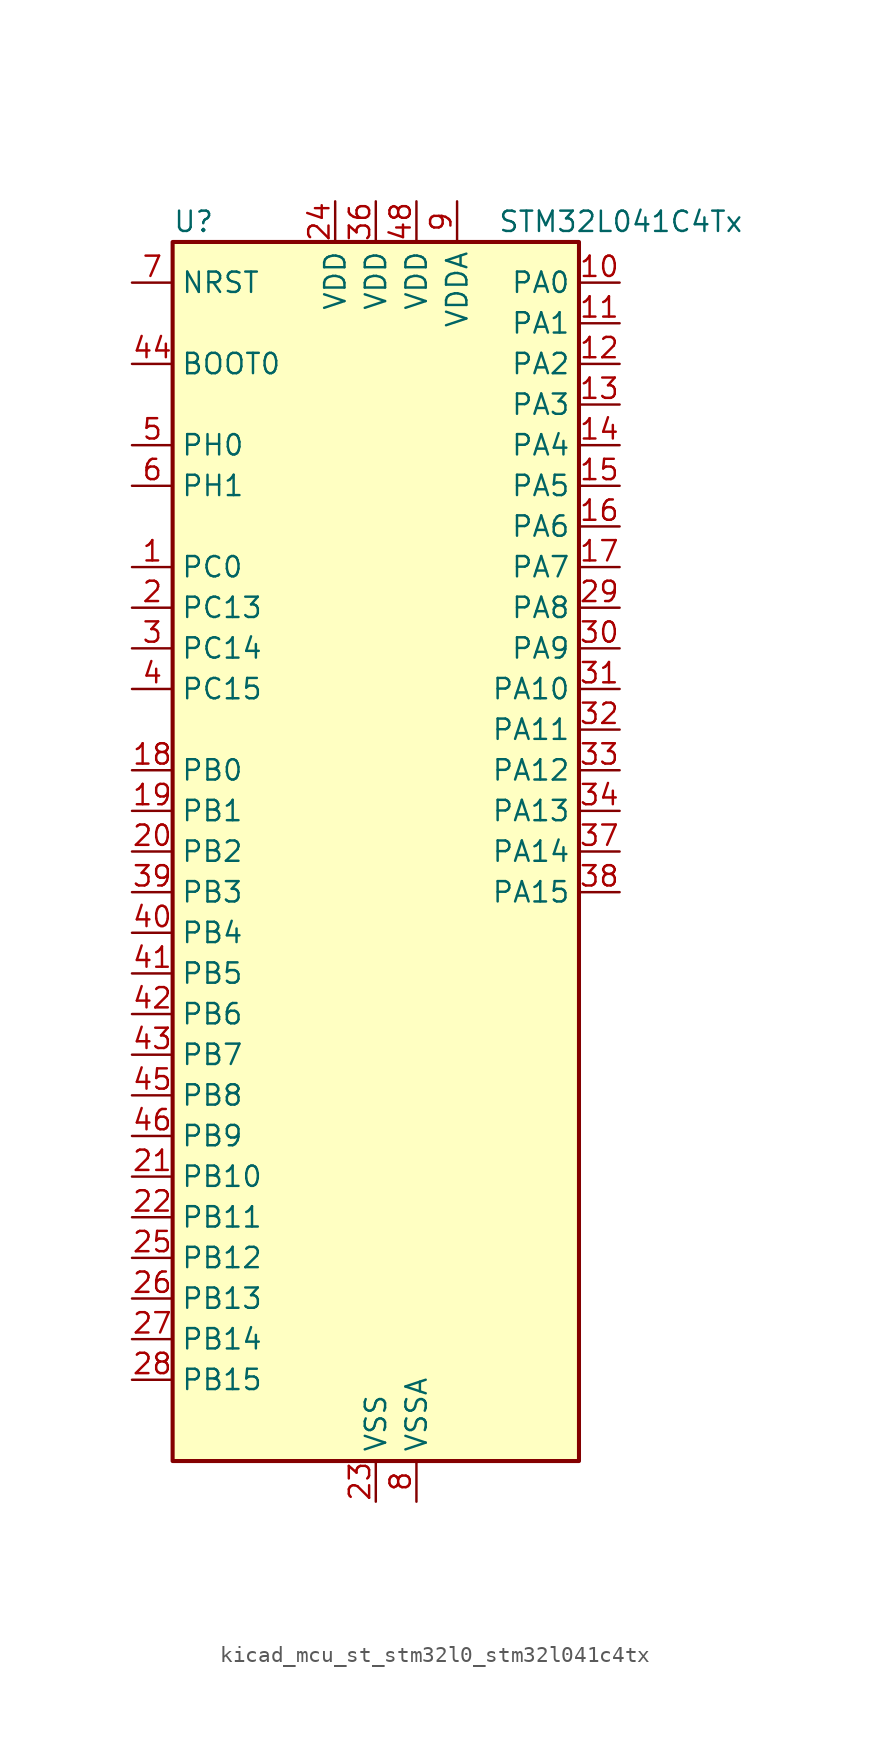
<source format=kicad_sym>
(kicad_symbol_lib
  (version 20220914)
  (generator kicad_symbol_editor)
  (symbol "kicad_mcu_st_stm32l0_stm32l041c4tx"
    (property "Reference" "U"
      (at -12.7 39.37 0)
      (effects (font (size 1.27 1.27)) (justify left)))
    (property "Value" "STM32L041C4Tx"
      (at 7.62 39.37 0)
      (effects (font (size 1.27 1.27)) (justify left)))
    (property "ki_locked" ""
      (at 0 0 0)
      (effects (font (size 1.27 1.27))))
    (symbol "kicad_mcu_st_stm32l0_stm32l041c4tx_0_1"
      (rectangle (start -12.7 -38.1) (end 12.7 38.1) (stroke (width 0.254) (type default)) (fill (type background))))
    (symbol "kicad_mcu_st_stm32l0_stm32l041c4tx_1_1"
      (pin bidirectional line (at -15.24 17.78 0) (length 2.54) (name "PC0" (effects (font (size 1.27 1.27)))) (number "1" (effects (font (size 1.27 1.27)))) (alternate "LPTIM1_IN1" bidirectional line) (alternate "LPUART1_RX" bidirectional line))
      (pin bidirectional line (at 15.24 35.56 180) (length 2.54) (name "PA0" (effects (font (size 1.27 1.27)))) (number "10" (effects (font (size 1.27 1.27)))) (alternate "ADC_IN0" bidirectional line) (alternate "COMP1_INM" bidirectional line) (alternate "COMP1_OUT" bidirectional line) (alternate "LPTIM1_IN1" bidirectional line) (alternate "RTC_TAMP2" bidirectional line) (alternate "SYS_WKUP1" bidirectional line) (alternate "TIM2_CH1" bidirectional line) (alternate "TIM2_ETR" bidirectional line) (alternate "USART2_CTS" bidirectional line))
      (pin bidirectional line (at 15.24 33.02 180) (length 2.54) (name "PA1" (effects (font (size 1.27 1.27)))) (number "11" (effects (font (size 1.27 1.27)))) (alternate "ADC_IN1" bidirectional line) (alternate "COMP1_INP" bidirectional line) (alternate "I2C1_SMBA" bidirectional line) (alternate "LPTIM1_IN2" bidirectional line) (alternate "TIM21_ETR" bidirectional line) (alternate "TIM2_CH2" bidirectional line) (alternate "USART2_DE" bidirectional line) (alternate "USART2_RTS" bidirectional line))
      (pin bidirectional line (at 15.24 30.48 180) (length 2.54) (name "PA2" (effects (font (size 1.27 1.27)))) (number "12" (effects (font (size 1.27 1.27)))) (alternate "ADC_IN2" bidirectional line) (alternate "COMP2_INM" bidirectional line) (alternate "COMP2_OUT" bidirectional line) (alternate "LPUART1_TX" bidirectional line) (alternate "RTC_OUT_ALARM" bidirectional line) (alternate "RTC_OUT_CALIB" bidirectional line) (alternate "RTC_TAMP3" bidirectional line) (alternate "RTC_TS" bidirectional line) (alternate "SYS_WKUP3" bidirectional line) (alternate "TIM21_CH1" bidirectional line) (alternate "TIM2_CH3" bidirectional line) (alternate "USART2_TX" bidirectional line))
      (pin bidirectional line (at 15.24 27.94 180) (length 2.54) (name "PA3" (effects (font (size 1.27 1.27)))) (number "13" (effects (font (size 1.27 1.27)))) (alternate "ADC_IN3" bidirectional line) (alternate "COMP2_INP" bidirectional line) (alternate "LPUART1_RX" bidirectional line) (alternate "TIM21_CH2" bidirectional line) (alternate "TIM2_CH4" bidirectional line) (alternate "USART2_RX" bidirectional line))
      (pin bidirectional line (at 15.24 25.4 180) (length 2.54) (name "PA4" (effects (font (size 1.27 1.27)))) (number "14" (effects (font (size 1.27 1.27)))) (alternate "ADC_IN4" bidirectional line) (alternate "COMP1_INM" bidirectional line) (alternate "COMP2_INM" bidirectional line) (alternate "LPTIM1_IN1" bidirectional line) (alternate "SPI1_NSS" bidirectional line) (alternate "TIM22_ETR" bidirectional line) (alternate "USART2_CK" bidirectional line))
      (pin bidirectional line (at 15.24 22.86 180) (length 2.54) (name "PA5" (effects (font (size 1.27 1.27)))) (number "15" (effects (font (size 1.27 1.27)))) (alternate "ADC_IN5" bidirectional line) (alternate "COMP1_INM" bidirectional line) (alternate "COMP2_INM" bidirectional line) (alternate "LPTIM1_IN2" bidirectional line) (alternate "SPI1_SCK" bidirectional line) (alternate "TIM2_CH1" bidirectional line) (alternate "TIM2_ETR" bidirectional line))
      (pin bidirectional line (at 15.24 20.32 180) (length 2.54) (name "PA6" (effects (font (size 1.27 1.27)))) (number "16" (effects (font (size 1.27 1.27)))) (alternate "ADC_IN6" bidirectional line) (alternate "COMP1_OUT" bidirectional line) (alternate "LPTIM1_ETR" bidirectional line) (alternate "LPUART1_CTS" bidirectional line) (alternate "SPI1_MISO" bidirectional line) (alternate "TIM22_CH1" bidirectional line))
      (pin bidirectional line (at 15.24 17.78 180) (length 2.54) (name "PA7" (effects (font (size 1.27 1.27)))) (number "17" (effects (font (size 1.27 1.27)))) (alternate "ADC_IN7" bidirectional line) (alternate "COMP2_OUT" bidirectional line) (alternate "LPTIM1_OUT" bidirectional line) (alternate "SPI1_MOSI" bidirectional line) (alternate "TIM22_CH2" bidirectional line) (alternate "USART2_CTS" bidirectional line))
      (pin bidirectional line (at -15.24 5.08 0) (length 2.54) (name "PB0" (effects (font (size 1.27 1.27)))) (number "18" (effects (font (size 1.27 1.27)))) (alternate "ADC_IN8" bidirectional line) (alternate "SPI1_MISO" bidirectional line) (alternate "SYS_VREF_OUT_PB0" bidirectional line) (alternate "TIM2_CH3" bidirectional line) (alternate "USART2_DE" bidirectional line) (alternate "USART2_RTS" bidirectional line))
      (pin bidirectional line (at -15.24 2.54 0) (length 2.54) (name "PB1" (effects (font (size 1.27 1.27)))) (number "19" (effects (font (size 1.27 1.27)))) (alternate "ADC_IN9" bidirectional line) (alternate "LPUART1_DE" bidirectional line) (alternate "LPUART1_RTS" bidirectional line) (alternate "SPI1_MOSI" bidirectional line) (alternate "SYS_VREF_OUT_PB1" bidirectional line) (alternate "TIM2_CH4" bidirectional line) (alternate "USART2_CK" bidirectional line))
      (pin bidirectional line (at -15.24 15.24 0) (length 2.54) (name "PC13" (effects (font (size 1.27 1.27)))) (number "2" (effects (font (size 1.27 1.27)))) (alternate "RTC_TAMP1" bidirectional line) (alternate "SYS_WKUP2" bidirectional line))
      (pin bidirectional line (at -15.24 0 0) (length 2.54) (name "PB2" (effects (font (size 1.27 1.27)))) (number "20" (effects (font (size 1.27 1.27)))) (alternate "LPTIM1_OUT" bidirectional line))
      (pin bidirectional line (at -15.24 -20.32 0) (length 2.54) (name "PB10" (effects (font (size 1.27 1.27)))) (number "21" (effects (font (size 1.27 1.27)))) (alternate "LPUART1_TX" bidirectional line) (alternate "TIM2_CH3" bidirectional line))
      (pin bidirectional line (at -15.24 -22.86 0) (length 2.54) (name "PB11" (effects (font (size 1.27 1.27)))) (number "22" (effects (font (size 1.27 1.27)))) (alternate "ADC_EXTI11" bidirectional line) (alternate "LPUART1_RX" bidirectional line) (alternate "TIM2_CH4" bidirectional line))
      (pin power_in line (at 0 -40.64 90) (length 2.54) (name "VSS" (effects (font (size 1.27 1.27)))) (number "23" (effects (font (size 1.27 1.27)))))
      (pin power_in line (at -2.54 40.64 270) (length 2.54) (name "VDD" (effects (font (size 1.27 1.27)))) (number "24" (effects (font (size 1.27 1.27)))))
      (pin bidirectional line (at -15.24 -25.4 0) (length 2.54) (name "PB12" (effects (font (size 1.27 1.27)))) (number "25" (effects (font (size 1.27 1.27)))) (alternate "SPI1_NSS" bidirectional line))
      (pin bidirectional line (at -15.24 -27.94 0) (length 2.54) (name "PB13" (effects (font (size 1.27 1.27)))) (number "26" (effects (font (size 1.27 1.27)))) (alternate "LPUART1_CTS" bidirectional line) (alternate "RCC_MCO" bidirectional line) (alternate "SPI1_SCK" bidirectional line) (alternate "TIM21_CH1" bidirectional line))
      (pin bidirectional line (at -15.24 -30.48 0) (length 2.54) (name "PB14" (effects (font (size 1.27 1.27)))) (number "27" (effects (font (size 1.27 1.27)))) (alternate "LPUART1_DE" bidirectional line) (alternate "LPUART1_RTS" bidirectional line) (alternate "RTC_OUT_ALARM" bidirectional line) (alternate "RTC_OUT_CALIB" bidirectional line) (alternate "SPI1_MISO" bidirectional line) (alternate "TIM21_CH2" bidirectional line))
      (pin bidirectional line (at -15.24 -33.02 0) (length 2.54) (name "PB15" (effects (font (size 1.27 1.27)))) (number "28" (effects (font (size 1.27 1.27)))) (alternate "RTC_REFIN" bidirectional line) (alternate "SPI1_MOSI" bidirectional line))
      (pin bidirectional line (at 15.24 15.24 180) (length 2.54) (name "PA8" (effects (font (size 1.27 1.27)))) (number "29" (effects (font (size 1.27 1.27)))) (alternate "LPTIM1_IN1" bidirectional line) (alternate "RCC_MCO" bidirectional line) (alternate "TIM2_CH1" bidirectional line) (alternate "USART2_CK" bidirectional line))
      (pin bidirectional line (at -15.24 12.7 0) (length 2.54) (name "PC14" (effects (font (size 1.27 1.27)))) (number "3" (effects (font (size 1.27 1.27)))) (alternate "RCC_OSC32_IN" bidirectional line))
      (pin bidirectional line (at 15.24 12.7 180) (length 2.54) (name "PA9" (effects (font (size 1.27 1.27)))) (number "30" (effects (font (size 1.27 1.27)))) (alternate "I2C1_SCL" bidirectional line) (alternate "RCC_MCO" bidirectional line) (alternate "TIM22_CH1" bidirectional line) (alternate "USART2_TX" bidirectional line))
      (pin bidirectional line (at 15.24 10.16 180) (length 2.54) (name "PA10" (effects (font (size 1.27 1.27)))) (number "31" (effects (font (size 1.27 1.27)))) (alternate "I2C1_SDA" bidirectional line) (alternate "TIM22_CH2" bidirectional line) (alternate "USART2_RX" bidirectional line))
      (pin bidirectional line (at 15.24 7.62 180) (length 2.54) (name "PA11" (effects (font (size 1.27 1.27)))) (number "32" (effects (font (size 1.27 1.27)))) (alternate "ADC_EXTI11" bidirectional line) (alternate "COMP1_OUT" bidirectional line) (alternate "SPI1_MISO" bidirectional line) (alternate "TIM21_CH2" bidirectional line) (alternate "USART2_CTS" bidirectional line))
      (pin bidirectional line (at 15.24 5.08 180) (length 2.54) (name "PA12" (effects (font (size 1.27 1.27)))) (number "33" (effects (font (size 1.27 1.27)))) (alternate "COMP2_OUT" bidirectional line) (alternate "SPI1_MOSI" bidirectional line) (alternate "USART2_DE" bidirectional line) (alternate "USART2_RTS" bidirectional line))
      (pin bidirectional line (at 15.24 2.54 180) (length 2.54) (name "PA13" (effects (font (size 1.27 1.27)))) (number "34" (effects (font (size 1.27 1.27)))) (alternate "LPTIM1_ETR" bidirectional line) (alternate "LPUART1_RX" bidirectional line) (alternate "SYS_SWDIO" bidirectional line))
      (pin passive line (at 0 -40.64 90) (length 2.54) hide (name "VSS" (effects (font (size 1.27 1.27)))) (number "35" (effects (font (size 1.27 1.27)))))
      (pin power_in line (at 0 40.64 270) (length 2.54) (name "VDD" (effects (font (size 1.27 1.27)))) (number "36" (effects (font (size 1.27 1.27)))))
      (pin bidirectional line (at 15.24 0 180) (length 2.54) (name "PA14" (effects (font (size 1.27 1.27)))) (number "37" (effects (font (size 1.27 1.27)))) (alternate "I2C1_SMBA" bidirectional line) (alternate "LPTIM1_OUT" bidirectional line) (alternate "LPUART1_TX" bidirectional line) (alternate "SYS_SWCLK" bidirectional line) (alternate "USART2_TX" bidirectional line))
      (pin bidirectional line (at 15.24 -2.54 180) (length 2.54) (name "PA15" (effects (font (size 1.27 1.27)))) (number "38" (effects (font (size 1.27 1.27)))) (alternate "SPI1_NSS" bidirectional line) (alternate "TIM2_CH1" bidirectional line) (alternate "TIM2_ETR" bidirectional line) (alternate "USART2_RX" bidirectional line))
      (pin bidirectional line (at -15.24 -2.54 0) (length 2.54) (name "PB3" (effects (font (size 1.27 1.27)))) (number "39" (effects (font (size 1.27 1.27)))) (alternate "COMP2_INM" bidirectional line) (alternate "SPI1_SCK" bidirectional line) (alternate "TIM2_CH2" bidirectional line))
      (pin bidirectional line (at -15.24 10.16 0) (length 2.54) (name "PC15" (effects (font (size 1.27 1.27)))) (number "4" (effects (font (size 1.27 1.27)))) (alternate "RCC_OSC32_OUT" bidirectional line))
      (pin bidirectional line (at -15.24 -5.08 0) (length 2.54) (name "PB4" (effects (font (size 1.27 1.27)))) (number "40" (effects (font (size 1.27 1.27)))) (alternate "COMP2_INP" bidirectional line) (alternate "SPI1_MISO" bidirectional line) (alternate "TIM22_CH1" bidirectional line))
      (pin bidirectional line (at -15.24 -7.62 0) (length 2.54) (name "PB5" (effects (font (size 1.27 1.27)))) (number "41" (effects (font (size 1.27 1.27)))) (alternate "COMP2_INP" bidirectional line) (alternate "I2C1_SMBA" bidirectional line) (alternate "LPTIM1_IN1" bidirectional line) (alternate "SPI1_MOSI" bidirectional line) (alternate "TIM22_CH2" bidirectional line))
      (pin bidirectional line (at -15.24 -10.16 0) (length 2.54) (name "PB6" (effects (font (size 1.27 1.27)))) (number "42" (effects (font (size 1.27 1.27)))) (alternate "COMP2_INP" bidirectional line) (alternate "I2C1_SCL" bidirectional line) (alternate "LPTIM1_ETR" bidirectional line) (alternate "TIM21_CH1" bidirectional line) (alternate "USART2_TX" bidirectional line))
      (pin bidirectional line (at -15.24 -12.7 0) (length 2.54) (name "PB7" (effects (font (size 1.27 1.27)))) (number "43" (effects (font (size 1.27 1.27)))) (alternate "COMP2_INP" bidirectional line) (alternate "I2C1_SDA" bidirectional line) (alternate "LPTIM1_IN2" bidirectional line) (alternate "SYS_PVD_IN" bidirectional line) (alternate "USART2_RX" bidirectional line))
      (pin input line (at -15.24 30.48 0) (length 2.54) (name "BOOT0" (effects (font (size 1.27 1.27)))) (number "44" (effects (font (size 1.27 1.27)))))
      (pin bidirectional line (at -15.24 -15.24 0) (length 2.54) (name "PB8" (effects (font (size 1.27 1.27)))) (number "45" (effects (font (size 1.27 1.27)))) (alternate "I2C1_SCL" bidirectional line))
      (pin bidirectional line (at -15.24 -17.78 0) (length 2.54) (name "PB9" (effects (font (size 1.27 1.27)))) (number "46" (effects (font (size 1.27 1.27)))) (alternate "I2C1_SDA" bidirectional line))
      (pin passive line (at 0 -40.64 90) (length 2.54) hide (name "VSS" (effects (font (size 1.27 1.27)))) (number "47" (effects (font (size 1.27 1.27)))))
      (pin power_in line (at 2.54 40.64 270) (length 2.54) (name "VDD" (effects (font (size 1.27 1.27)))) (number "48" (effects (font (size 1.27 1.27)))))
      (pin bidirectional line (at -15.24 25.4 0) (length 2.54) (name "PH0" (effects (font (size 1.27 1.27)))) (number "5" (effects (font (size 1.27 1.27)))) (alternate "RCC_OSC_IN" bidirectional line))
      (pin bidirectional line (at -15.24 22.86 0) (length 2.54) (name "PH1" (effects (font (size 1.27 1.27)))) (number "6" (effects (font (size 1.27 1.27)))) (alternate "RCC_OSC_OUT" bidirectional line))
      (pin input line (at -15.24 35.56 0) (length 2.54) (name "NRST" (effects (font (size 1.27 1.27)))) (number "7" (effects (font (size 1.27 1.27)))))
      (pin power_in line (at 2.54 -40.64 90) (length 2.54) (name "VSSA" (effects (font (size 1.27 1.27)))) (number "8" (effects (font (size 1.27 1.27)))))
      (pin power_in line (at 5.08 40.64 270) (length 2.54) (name "VDDA" (effects (font (size 1.27 1.27)))) (number "9" (effects (font (size 1.27 1.27))))))))
</source>
